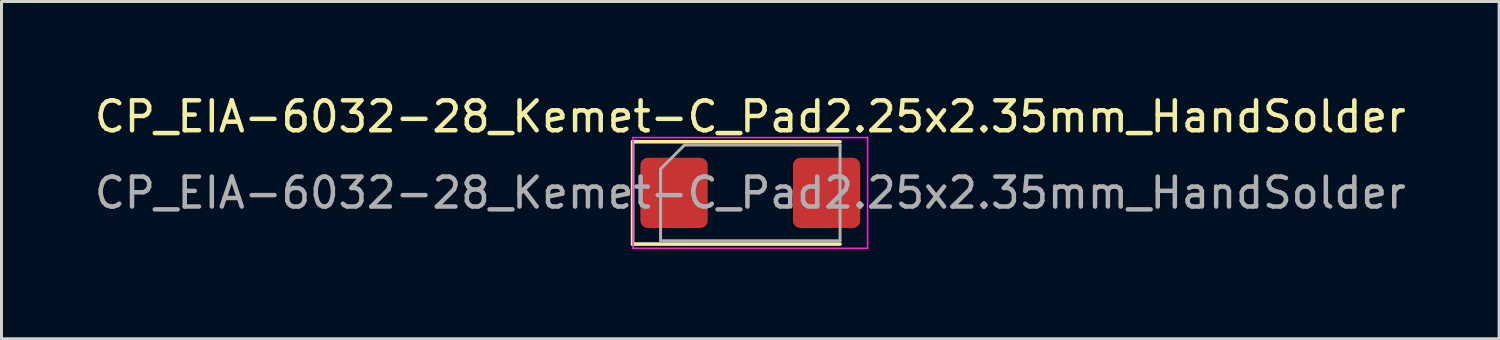
<source format=kicad_pcb>
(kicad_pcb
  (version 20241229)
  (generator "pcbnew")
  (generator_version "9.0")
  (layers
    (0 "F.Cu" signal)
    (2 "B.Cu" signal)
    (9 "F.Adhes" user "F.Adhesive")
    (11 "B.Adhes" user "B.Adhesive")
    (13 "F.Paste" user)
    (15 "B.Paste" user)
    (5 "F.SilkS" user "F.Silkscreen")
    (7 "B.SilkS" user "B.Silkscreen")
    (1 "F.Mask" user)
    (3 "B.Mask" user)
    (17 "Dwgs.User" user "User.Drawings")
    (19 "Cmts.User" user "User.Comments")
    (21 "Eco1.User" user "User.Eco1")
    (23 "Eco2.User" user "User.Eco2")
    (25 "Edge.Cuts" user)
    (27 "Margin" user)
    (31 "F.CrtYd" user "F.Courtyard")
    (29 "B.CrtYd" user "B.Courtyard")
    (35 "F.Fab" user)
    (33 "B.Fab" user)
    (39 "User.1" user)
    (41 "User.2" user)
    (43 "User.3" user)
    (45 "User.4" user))
  (footprint "CP_EIA-6032-28_Kemet-C_Pad2.25x2.35mm_HandSolder"
    (layer "F.Cu")
    (at 22.03 3.398)
    (property "Reference" "CP_EIA-6032-28_Kemet-C_Pad2.25x2.35mm_HandSolder" (at 0 -2.55 0) (layer "F.SilkS") (effects (font (size 1 1) (thickness 0.15))))
    (attr smd)
    (fp_line (start -3.935 -1.71) (end -3.935 1.71) (stroke (width 0.12) (type solid)) (layer "F.SilkS"))
    (fp_line (start -3.935 1.71) (end 3 1.71) (stroke (width 0.12) (type solid)) (layer "F.SilkS"))
    (fp_line (start 3 -1.71) (end -3.935 -1.71) (stroke (width 0.12) (type solid)) (layer "F.SilkS"))
    (fp_line (start -3.92 -1.85) (end 3.92 -1.85) (stroke (width 0.05) (type solid)) (layer "F.CrtYd"))
    (fp_line (start -3.92 1.85) (end -3.92 -1.85) (stroke (width 0.05) (type solid)) (layer "F.CrtYd"))
    (fp_line (start 3.92 -1.85) (end 3.92 1.85) (stroke (width 0.05) (type solid)) (layer "F.CrtYd"))
    (fp_line (start 3.92 1.85) (end -3.92 1.85) (stroke (width 0.05) (type solid)) (layer "F.CrtYd"))
    (fp_line (start -3 -0.8) (end -3 1.6) (stroke (width 0.1) (type solid)) (layer "F.Fab"))
    (fp_line (start -3 1.6) (end 3 1.6) (stroke (width 0.1) (type solid)) (layer "F.Fab"))
    (fp_line (start -2.2 -1.6) (end -3 -0.8) (stroke (width 0.1) (type solid)) (layer "F.Fab"))
    (fp_line (start 3 -1.6) (end -2.2 -1.6) (stroke (width 0.1) (type solid)) (layer "F.Fab"))
    (fp_line (start 3 1.6) (end 3 -1.6) (stroke (width 0.1) (type solid)) (layer "F.Fab"))
    (fp_text user "${REFERENCE}" (at 0 0 0) (layer "F.Fab") (effects (font (size 1 1) (thickness 0.15))))
    (pad "1" smd roundrect (at -2.55 0) (size 2.25 2.35) (layers "F.Cu" "F.Mask" "F.Paste") (roundrect_rratio 0.111))
    (pad "2" smd roundrect (at 2.55 0) (size 2.25 2.35) (layers "F.Cu" "F.Mask" "F.Paste") (roundrect_rratio 0.111)))
  (gr_rect
    (start -3 -3)
    (end 47.06 8.273)
    (stroke (width 0.1) (type default))
    (fill no)
    (layer "Edge.Cuts")))
</source>
